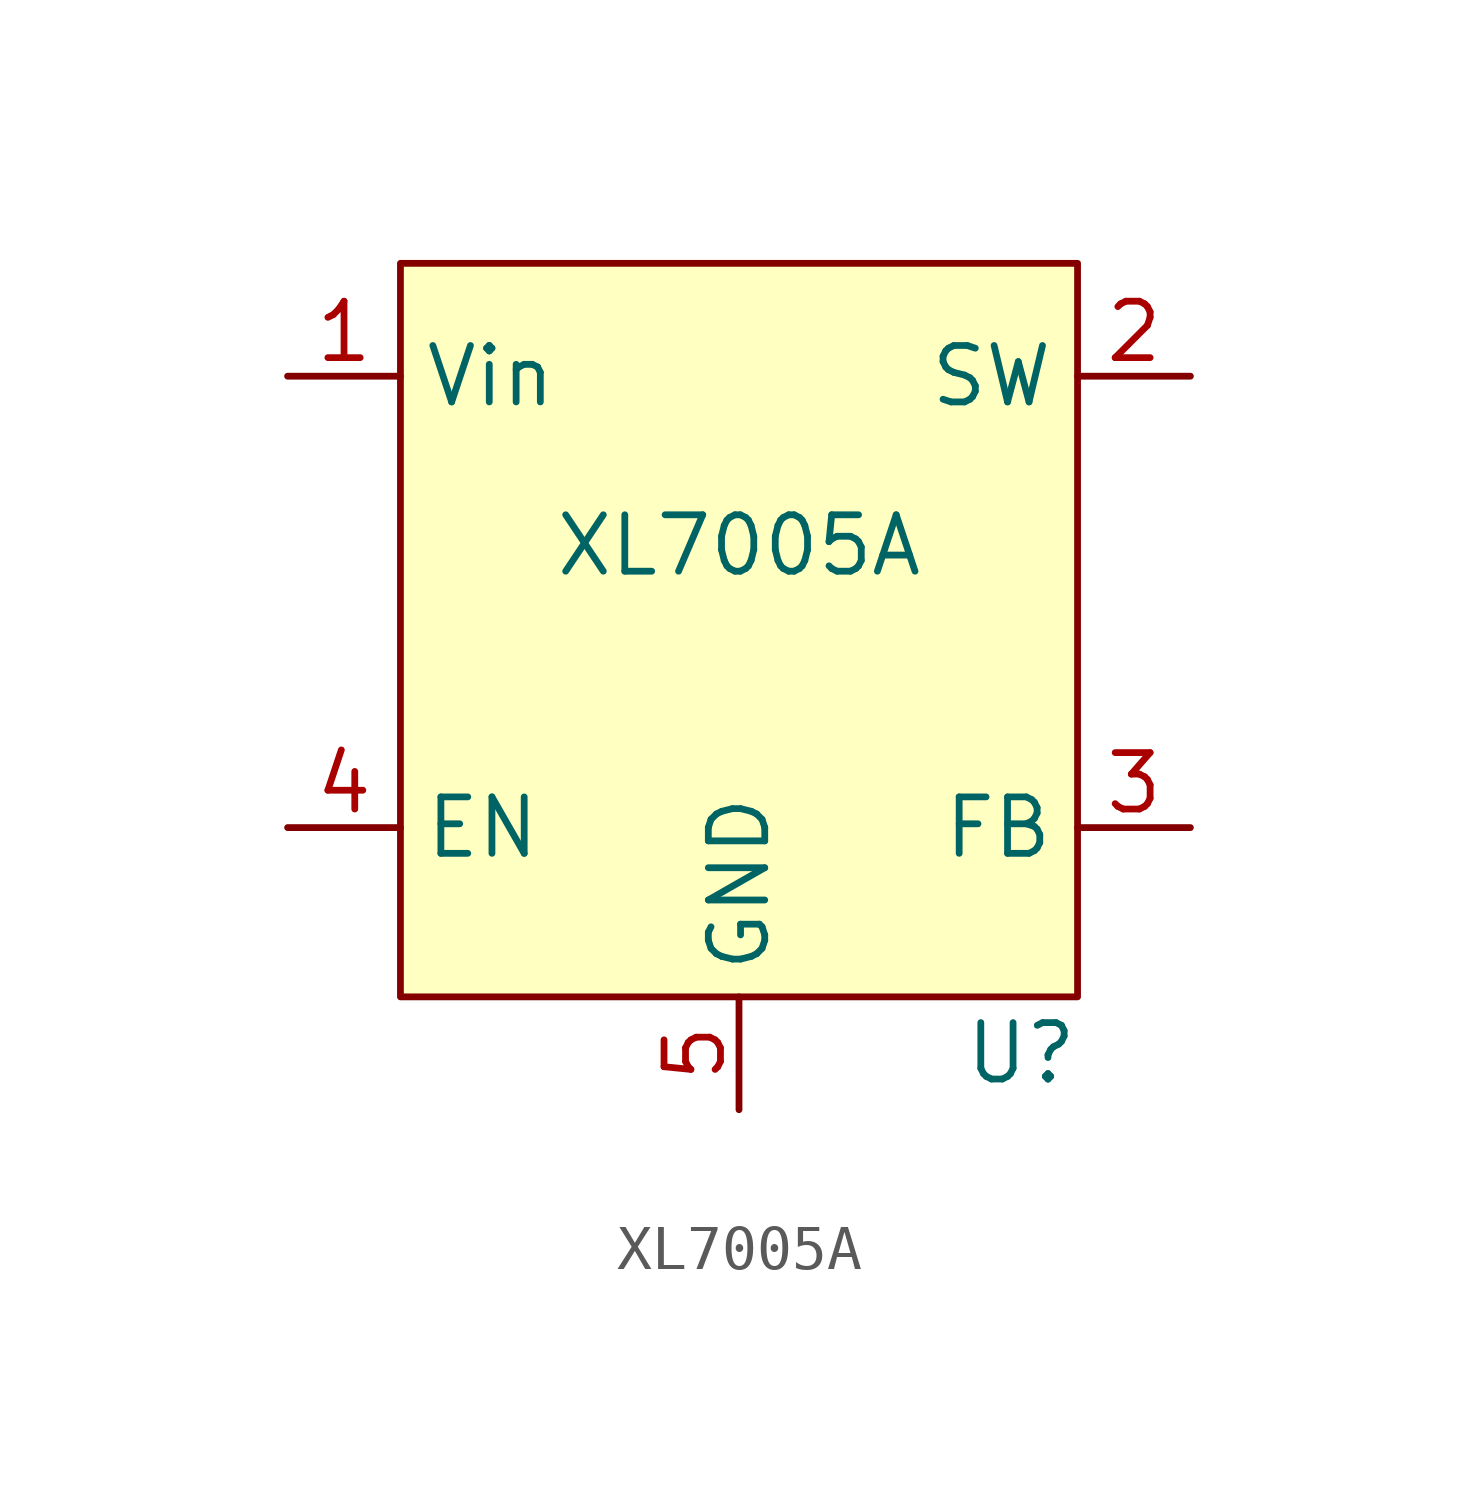
<source format=kicad_sym>
(kicad_symbol_lib
  (version 20231120)
  (generator "kicad_symbol_editor")
  (generator_version "8.0")
  (symbol "XL7005A"
    (property "Reference" "U"
      (at 6.35 -15.24 0)
      (effects (font (size 1.27 1.27))))
    (property "Value" "XL7005A"
      (at 0 -3.81 0)
      (effects (font (size 1.27 1.27))))
    (symbol "XL7005A_1_1"
      (rectangle (start -7.62 2.54) (end 7.62 -13.97) (stroke (width 0) (type default)) (fill (type background)))
      (pin power_in line (at -10.16 0 0) (length 2.54) (name "Vin" (effects (font (size 1.27 1.27)))) (number "1" (effects (font (size 1.27 1.27)))))
      (pin power_out line (at 10.16 0 180) (length 2.54) (name "SW" (effects (font (size 1.27 1.27)))) (number "2" (effects (font (size 1.27 1.27)))))
      (pin input line (at 10.16 -10.16 180) (length 2.54) (name "FB" (effects (font (size 1.27 1.27)))) (number "3" (effects (font (size 1.27 1.27)))))
      (pin input line (at -10.16 -10.16 0) (length 2.54) (name "EN" (effects (font (size 1.27 1.27)))) (number "4" (effects (font (size 1.27 1.27)))))
      (pin power_in line (at 0 -16.51 90) (length 2.54) (name "GND" (effects (font (size 1.27 1.27)))) (number "5" (effects (font (size 1.27 1.27)))))
      (pin power_in line (at 0 -16.51 90) (length 2.54) hide (name "GND" (effects (font (size 1.27 1.27)))) (number "6" (effects (font (size 1.27 1.27)))))
      (pin power_in line (at 0 -16.51 90) (length 2.54) hide (name "GND" (effects (font (size 1.27 1.27)))) (number "7" (effects (font (size 1.27 1.27)))))
      (pin power_in line (at 0 -16.51 90) (length 2.54) hide (name "GND" (effects (font (size 1.27 1.27)))) (number "8" (effects (font (size 1.27 1.27)))))
      (pin power_in line (at 0 -16.51 90) (length 2.54) hide (name "PAD" (effects (font (size 1.27 1.27)))) (number "9" (effects (font (size 1.27 1.27))))))))
</source>
